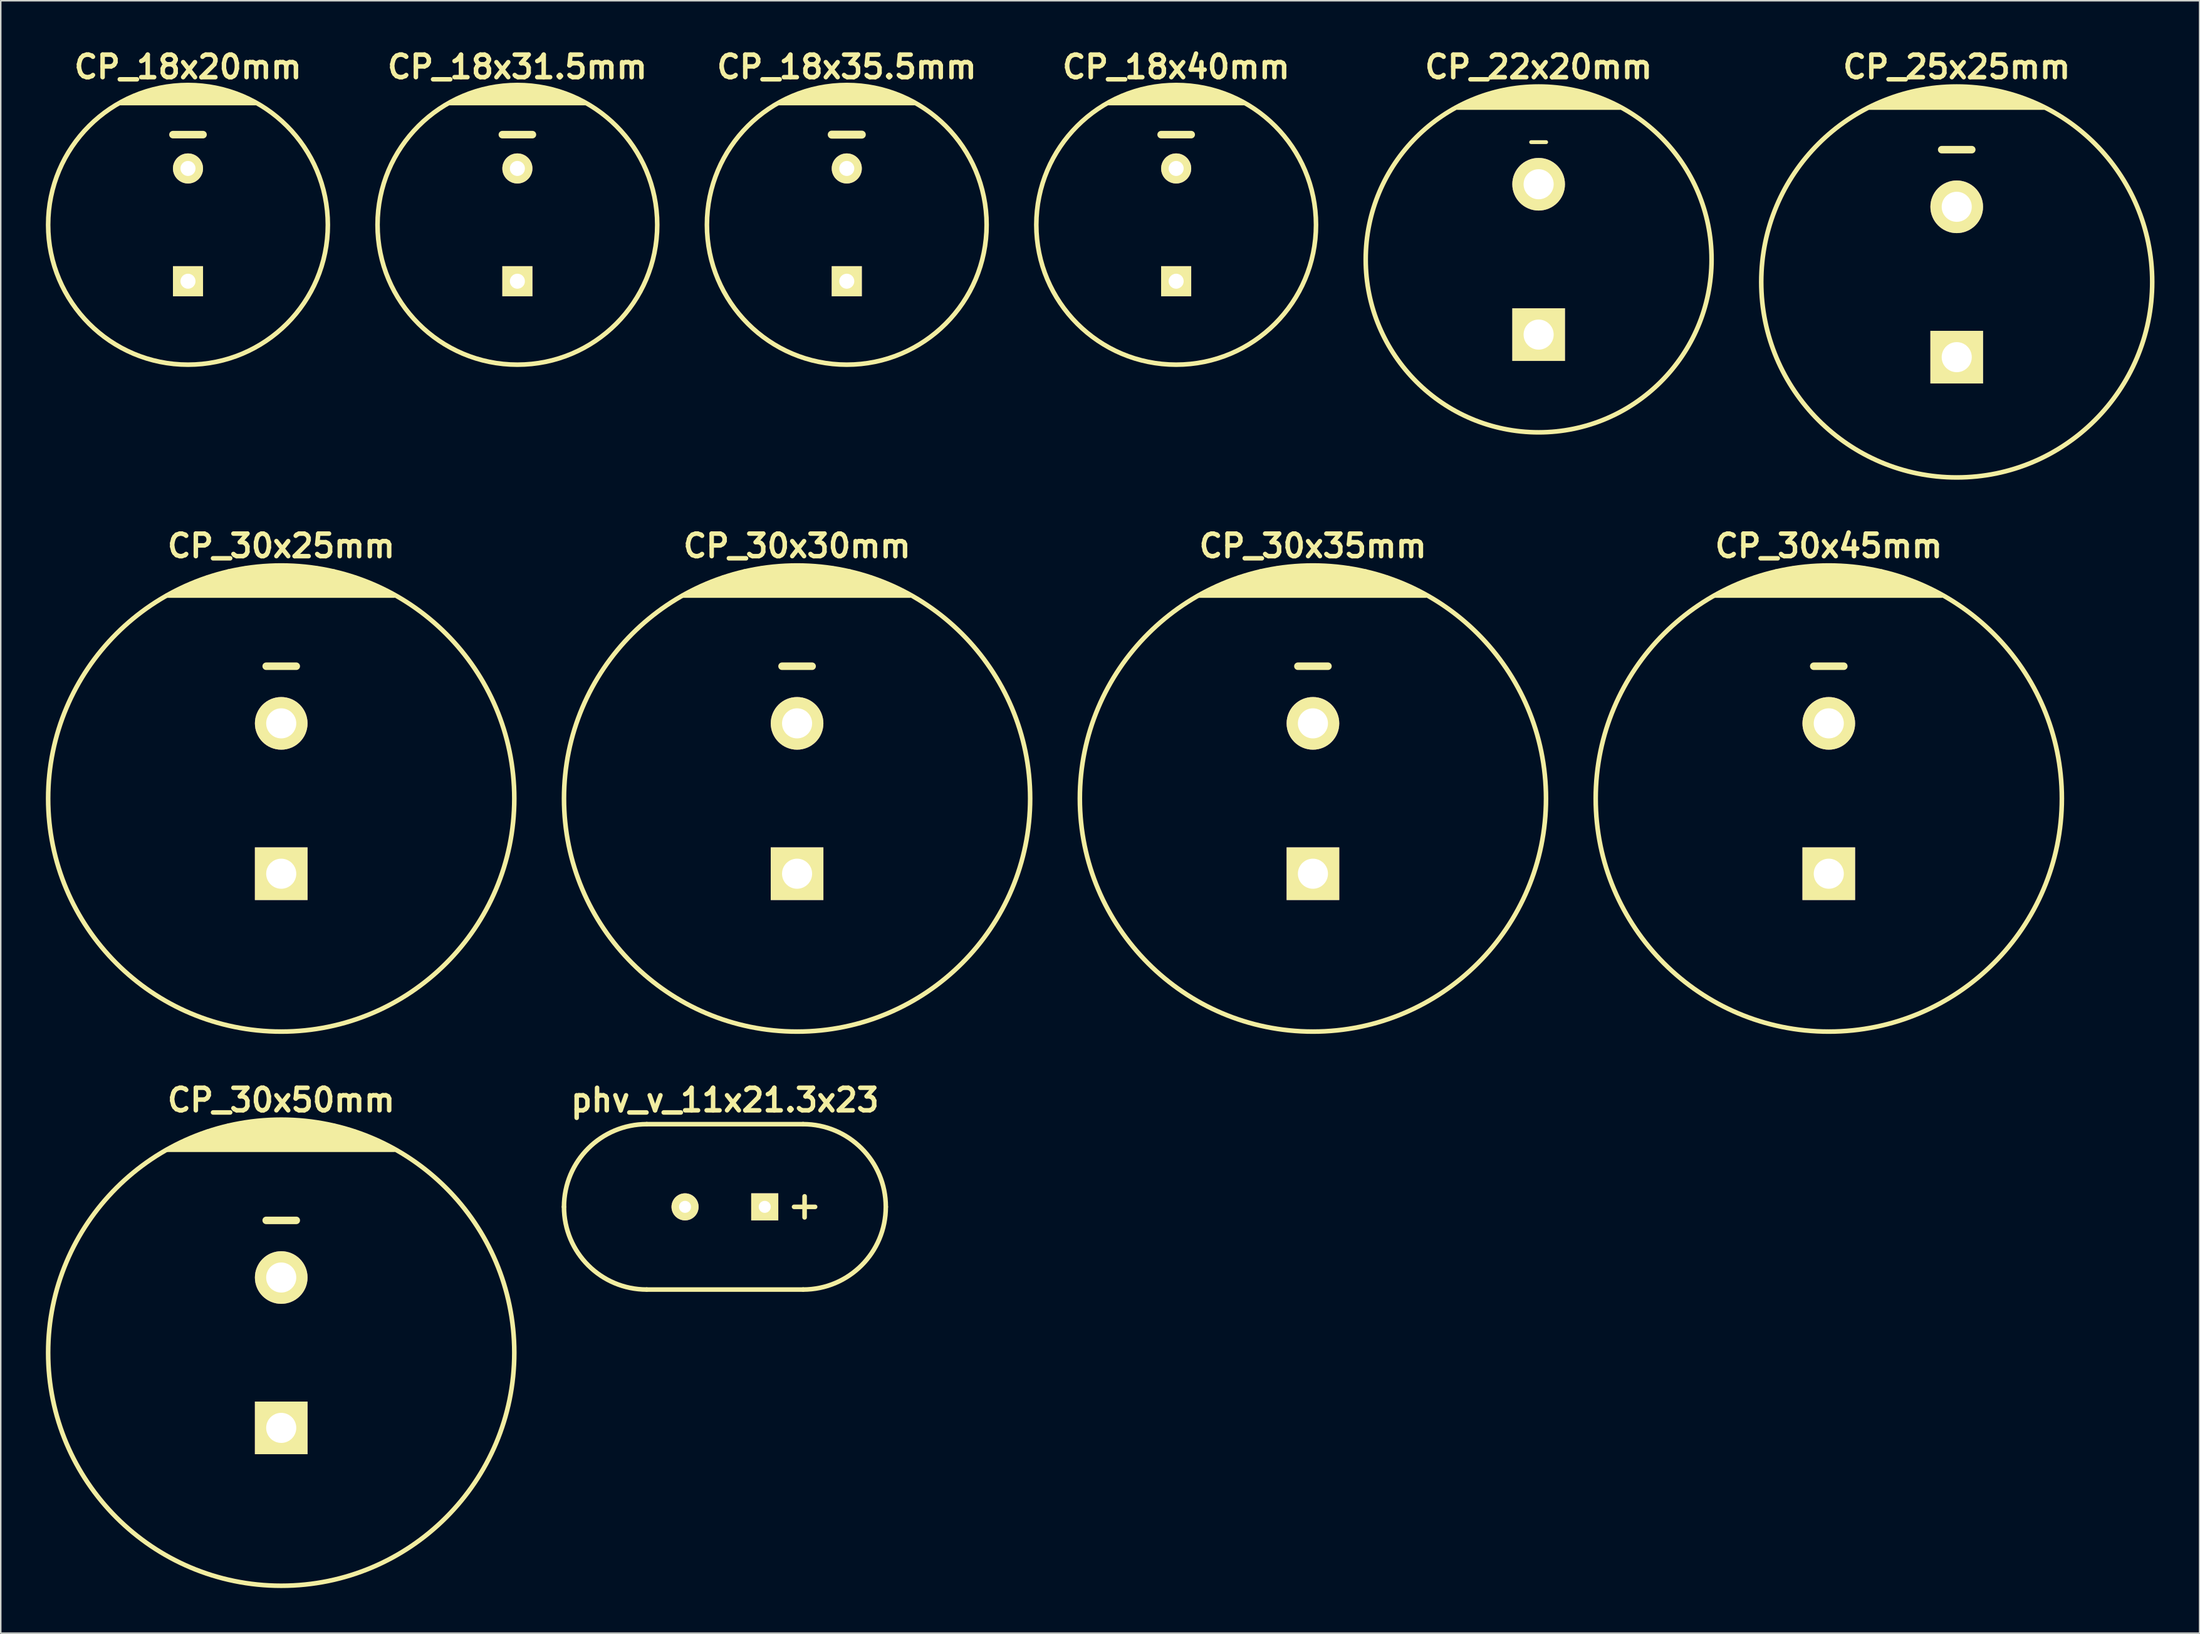
<source format=kicad_pcb>
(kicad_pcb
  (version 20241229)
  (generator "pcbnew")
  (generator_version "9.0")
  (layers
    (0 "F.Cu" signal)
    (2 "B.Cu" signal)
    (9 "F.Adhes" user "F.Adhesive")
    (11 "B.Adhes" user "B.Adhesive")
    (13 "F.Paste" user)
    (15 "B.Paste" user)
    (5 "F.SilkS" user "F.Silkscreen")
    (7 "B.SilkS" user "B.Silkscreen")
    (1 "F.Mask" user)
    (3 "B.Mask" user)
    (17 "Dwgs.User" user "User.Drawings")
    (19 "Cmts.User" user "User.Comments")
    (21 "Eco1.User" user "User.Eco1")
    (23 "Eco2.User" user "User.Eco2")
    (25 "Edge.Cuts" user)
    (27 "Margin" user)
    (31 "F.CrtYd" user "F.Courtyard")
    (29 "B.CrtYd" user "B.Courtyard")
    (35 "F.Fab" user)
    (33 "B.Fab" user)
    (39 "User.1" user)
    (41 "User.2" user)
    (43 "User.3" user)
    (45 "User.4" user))
  (footprint "CP_18x31.5mm"
    (layer "F.Cu")
    (at 31.357 11.904)
    (property "Reference" "CP_18x31.5mm" (at 0 -10.5 0) (layer "F.SilkS") (effects (font (size 1.5 1.5) (thickness 0.3))))
    (attr through_hole)
    (fp_line (start -4.5 -8.1) (end 4.5 -8.1) (stroke (width 0.305) (type solid)) (layer "F.SilkS"))
    (fp_line (start -4.1 -8.3) (end 4.1 -8.3) (stroke (width 0.305) (type solid)) (layer "F.SilkS"))
    (fp_line (start -3.2 -8.7) (end 3.2 -8.7) (stroke (width 0.305) (type solid)) (layer "F.SilkS"))
    (fp_line (start -1.8 -9.1) (end 1.8 -9.1) (stroke (width 0.305) (type solid)) (layer "F.SilkS"))
    (fp_line (start -1 -6) (end 1 -6) (stroke (width 0.5) (type solid)) (layer "F.SilkS"))
    (fp_line (start 2.6 -8.9) (end -2.6 -8.9) (stroke (width 0.305) (type solid)) (layer "F.SilkS"))
    (fp_line (start 3.7 -8.5) (end -3.7 -8.5) (stroke (width 0.305) (type solid)) (layer "F.SilkS"))
    (fp_circle (center 0 0) (end -9.3 0) (stroke (width 0.305) (type solid)) (fill no) (layer "F.SilkS"))
    (pad "1" thru_hole rect (at 0 3.75) (size 2 2) (drill 1) (layers "*.Cu" "*.Mask" "F.SilkS"))
    (pad "2" thru_hole circle (at 0 -3.75) (size 2 2) (drill 1) (layers "*.Cu" "*.Mask" "F.SilkS")))
  (footprint "CP_30x30mm"
    (layer "F.Cu")
    (at 49.957 50.06)
    (property "Reference" "CP_30x30mm" (at 0 -16.8 0) (layer "F.SilkS") (effects (font (size 1.5 1.5) (thickness 0.3))))
    (attr through_hole)
    (fp_line (start -7.6 -13.5) (end 7.5 -13.5) (stroke (width 0.305) (type solid)) (layer "F.SilkS"))
    (fp_line (start -6.8 -13.9) (end 6.8 -13.9) (stroke (width 0.305) (type solid)) (layer "F.SilkS"))
    (fp_line (start -6.4 -14.1) (end 6.4 -14.1) (stroke (width 0.305) (type solid)) (layer "F.SilkS"))
    (fp_line (start -5.4 -14.5) (end 5.4 -14.5) (stroke (width 0.305) (type solid)) (layer "F.SilkS"))
    (fp_line (start -4.9 -14.7) (end 4.9 -14.7) (stroke (width 0.305) (type solid)) (layer "F.SilkS"))
    (fp_line (start -4.2 -14.9) (end 4.2 -14.9) (stroke (width 0.305) (type solid)) (layer "F.SilkS"))
    (fp_line (start -3.5 -15.1) (end 3.5 -15.1) (stroke (width 0.305) (type solid)) (layer "F.SilkS"))
    (fp_line (start -2.4 -15.3) (end 2.4 -15.3) (stroke (width 0.305) (type solid)) (layer "F.SilkS"))
    (fp_line (start -1 -8.8) (end 1 -8.8) (stroke (width 0.5) (type solid)) (layer "F.SilkS"))
    (fp_line (start 5.9 -14.3) (end -5.9 -14.3) (stroke (width 0.305) (type solid)) (layer "F.SilkS"))
    (fp_line (start 7.2 -13.7) (end -7.2 -13.7) (stroke (width 0.305) (type solid)) (layer "F.SilkS"))
    (fp_circle (center 0 0) (end -15.5 0) (stroke (width 0.305) (type solid)) (fill no) (layer "F.SilkS"))
    (pad "1" thru_hole rect (at 0 5) (size 3.5 3.5) (drill 2) (layers "*.Cu" "*.Mask" "F.SilkS"))
    (pad "2" thru_hole circle (at 0 -5) (size 3.5 3.5) (drill 2) (layers "*.Cu" "*.Mask" "F.SilkS")))
  (footprint "CP_25x25mm"
    (layer "F.Cu")
    (at 127.076 15.704)
    (property "Reference" "CP_25x25mm" (at 0 -14.3 0) (layer "F.SilkS") (effects (font (size 1.5 1.5) (thickness 0.3))))
    (attr through_hole)
    (fp_line (start -5.8 -11.6) (end 5.8 -11.6) (stroke (width 0.305) (type solid)) (layer "F.SilkS"))
    (fp_line (start -4.9 -12) (end 4.9 -12) (stroke (width 0.305) (type solid)) (layer "F.SilkS"))
    (fp_line (start -3.8 -12.4) (end 3.8 -12.4) (stroke (width 0.305) (type solid)) (layer "F.SilkS"))
    (fp_line (start -2.2 -12.8) (end 2.1 -12.8) (stroke (width 0.305) (type solid)) (layer "F.SilkS"))
    (fp_line (start -1 -8.8) (end 1 -8.8) (stroke (width 0.5) (type solid)) (layer "F.SilkS"))
    (fp_line (start 3 -12.6) (end -3.1 -12.6) (stroke (width 0.305) (type solid)) (layer "F.SilkS"))
    (fp_line (start 4.4 -12.2) (end -4.4 -12.2) (stroke (width 0.305) (type solid)) (layer "F.SilkS"))
    (fp_line (start 5.4 -11.8) (end -5.3 -11.8) (stroke (width 0.305) (type solid)) (layer "F.SilkS"))
    (fp_circle (center 0 0) (end -13 0) (stroke (width 0.305) (type solid)) (fill no) (layer "F.SilkS"))
    (pad "1" thru_hole rect (at 0 5) (size 3.5 3.5) (drill 2) (layers "*.Cu" "*.Mask" "F.SilkS"))
    (pad "2" thru_hole circle (at 0 -5) (size 3.5 3.5) (drill 2) (layers "*.Cu" "*.Mask" "F.SilkS")))
  (footprint "CP_18x40mm"
    (layer "F.Cu")
    (at 75.167 11.904)
    (property "Reference" "CP_18x40mm" (at 0 -10.5 0) (layer "F.SilkS") (effects (font (size 1.5 1.5) (thickness 0.3))))
    (attr through_hole)
    (fp_line (start -4.5 -8.1) (end 4.5 -8.1) (stroke (width 0.305) (type solid)) (layer "F.SilkS"))
    (fp_line (start -4.1 -8.3) (end 4.1 -8.3) (stroke (width 0.305) (type solid)) (layer "F.SilkS"))
    (fp_line (start -3.2 -8.7) (end 3.2 -8.7) (stroke (width 0.305) (type solid)) (layer "F.SilkS"))
    (fp_line (start -1.8 -9.1) (end 1.8 -9.1) (stroke (width 0.305) (type solid)) (layer "F.SilkS"))
    (fp_line (start -1 -6) (end 1 -6) (stroke (width 0.5) (type solid)) (layer "F.SilkS"))
    (fp_line (start 2.6 -8.9) (end -2.6 -8.9) (stroke (width 0.305) (type solid)) (layer "F.SilkS"))
    (fp_line (start 3.7 -8.5) (end -3.7 -8.5) (stroke (width 0.305) (type solid)) (layer "F.SilkS"))
    (fp_circle (center 0 0) (end -9.3 0) (stroke (width 0.305) (type solid)) (fill no) (layer "F.SilkS"))
    (pad "1" thru_hole rect (at 0 3.75) (size 2 2) (drill 1) (layers "*.Cu" "*.Mask" "F.SilkS"))
    (pad "2" thru_hole circle (at 0 -3.75) (size 2 2) (drill 1) (layers "*.Cu" "*.Mask" "F.SilkS")))
  (footprint "CP_18x35.5mm"
    (layer "F.Cu")
    (at 53.262 11.904)
    (property "Reference" "CP_18x35.5mm" (at 0 -10.5 0) (layer "F.SilkS") (effects (font (size 1.5 1.5) (thickness 0.3))))
    (attr through_hole)
    (fp_line (start -4.5 -8.1) (end 4.5 -8.1) (stroke (width 0.305) (type solid)) (layer "F.SilkS"))
    (fp_line (start -4.1 -8.3) (end 4.1 -8.3) (stroke (width 0.305) (type solid)) (layer "F.SilkS"))
    (fp_line (start -3.2 -8.7) (end 3.2 -8.7) (stroke (width 0.305) (type solid)) (layer "F.SilkS"))
    (fp_line (start -1.8 -9.1) (end 1.8 -9.1) (stroke (width 0.305) (type solid)) (layer "F.SilkS"))
    (fp_line (start -1 -6) (end 1 -6) (stroke (width 0.53) (type solid)) (layer "F.SilkS"))
    (fp_line (start 2.6 -8.9) (end -2.6 -8.9) (stroke (width 0.305) (type solid)) (layer "F.SilkS"))
    (fp_line (start 3.7 -8.5) (end -3.7 -8.5) (stroke (width 0.305) (type solid)) (layer "F.SilkS"))
    (fp_circle (center 0 0) (end -9.3 0) (stroke (width 0.305) (type solid)) (fill no) (layer "F.SilkS"))
    (pad "1" thru_hole rect (at 0 3.75) (size 2 2) (drill 1) (layers "*.Cu" "*.Mask" "F.SilkS"))
    (pad "2" thru_hole circle (at 0 -3.75) (size 2 2) (drill 1) (layers "*.Cu" "*.Mask" "F.SilkS")))
  (footprint "phv_v_11x21.3x23"
    (layer "F.Cu")
    (at 45.157 77.217)
    (property "Reference" "phv_v_11x21.3x23" (at 0 -7.1 0) (layer "F.SilkS") (effects (font (size 1.5 1.5) (thickness 0.3))))
    (attr through_hole)
    (fp_line (start -5.2 -5.5) (end 5.2 -5.5) (stroke (width 0.305) (type solid)) (layer "F.SilkS"))
    (fp_line (start 4.6 0) (end 6 0) (stroke (width 0.305) (type solid)) (layer "F.SilkS"))
    (fp_line (start 5.2 5.5) (end -5.2 5.5) (stroke (width 0.305) (type solid)) (layer "F.SilkS"))
    (fp_line (start 5.3 0.7) (end 5.3 -0.7) (stroke (width 0.305) (type solid)) (layer "F.SilkS"))
    (fp_arc (start -10.7 0) (mid -9.089087 -3.889087) (end -5.2 -5.5) (stroke (width 0.3048) (type solid)) (layer "F.SilkS"))
    (fp_arc (start -5.2 5.5) (mid -9.089087 3.889087) (end -10.7 0) (stroke (width 0.3048) (type solid)) (layer "F.SilkS"))
    (fp_arc (start 5.2 -5.5) (mid 9.089087 -3.889087) (end 10.7 0) (stroke (width 0.3048) (type solid)) (layer "F.SilkS"))
    (fp_arc (start 10.7 0) (mid 9.089087 3.889087) (end 5.2 5.5) (stroke (width 0.3048) (type solid)) (layer "F.SilkS"))
    (pad "1" thru_hole rect (at 2.65 0) (size 1.8 1.8) (drill 0.8) (layers "*.Cu" "*.Mask" "F.SilkS"))
    (pad "2" thru_hole circle (at -2.65 0) (size 1.8 1.8) (drill 0.8) (layers "*.Cu" "*.Mask" "F.SilkS")))
  (footprint "CP_30x45mm"
    (layer "F.Cu")
    (at 118.567 50.06)
    (property "Reference" "CP_30x45mm" (at 0 -16.8 0) (layer "F.SilkS") (effects (font (size 1.5 1.5) (thickness 0.3))))
    (attr through_hole)
    (fp_line (start -7.6 -13.5) (end 7.5 -13.5) (stroke (width 0.305) (type solid)) (layer "F.SilkS"))
    (fp_line (start -6.8 -13.9) (end 6.8 -13.9) (stroke (width 0.305) (type solid)) (layer "F.SilkS"))
    (fp_line (start -6.4 -14.1) (end 6.4 -14.1) (stroke (width 0.305) (type solid)) (layer "F.SilkS"))
    (fp_line (start -5.4 -14.5) (end 5.4 -14.5) (stroke (width 0.305) (type solid)) (layer "F.SilkS"))
    (fp_line (start -4.9 -14.7) (end 4.9 -14.7) (stroke (width 0.305) (type solid)) (layer "F.SilkS"))
    (fp_line (start -4.2 -14.9) (end 4.2 -14.9) (stroke (width 0.305) (type solid)) (layer "F.SilkS"))
    (fp_line (start -3.5 -15.1) (end 3.5 -15.1) (stroke (width 0.305) (type solid)) (layer "F.SilkS"))
    (fp_line (start -2.4 -15.3) (end 2.4 -15.3) (stroke (width 0.305) (type solid)) (layer "F.SilkS"))
    (fp_line (start -1 -8.8) (end 1 -8.8) (stroke (width 0.5) (type solid)) (layer "F.SilkS"))
    (fp_line (start 5.9 -14.3) (end -5.9 -14.3) (stroke (width 0.305) (type solid)) (layer "F.SilkS"))
    (fp_line (start 7.2 -13.7) (end -7.2 -13.7) (stroke (width 0.305) (type solid)) (layer "F.SilkS"))
    (fp_circle (center 0 0) (end -15.5 0) (stroke (width 0.305) (type solid)) (fill no) (layer "F.SilkS"))
    (pad "1" thru_hole rect (at 0 5) (size 3.5 3.5) (drill 2) (layers "*.Cu" "*.Mask" "F.SilkS"))
    (pad "2" thru_hole circle (at 0 -5) (size 3.5 3.5) (drill 2) (layers "*.Cu" "*.Mask" "F.SilkS")))
  (footprint "CP_18x20mm"
    (layer "F.Cu")
    (at 9.452 11.904)
    (property "Reference" "CP_18x20mm" (at 0 -10.5 0) (layer "F.SilkS") (effects (font (size 1.5 1.5) (thickness 0.3))))
    (attr through_hole)
    (fp_line (start -4.5 -8.1) (end 4.5 -8.1) (stroke (width 0.305) (type solid)) (layer "F.SilkS"))
    (fp_line (start -4.1 -8.3) (end 4.1 -8.3) (stroke (width 0.305) (type solid)) (layer "F.SilkS"))
    (fp_line (start -3.2 -8.7) (end 3.2 -8.7) (stroke (width 0.305) (type solid)) (layer "F.SilkS"))
    (fp_line (start -1.8 -9.1) (end 1.8 -9.1) (stroke (width 0.305) (type solid)) (layer "F.SilkS"))
    (fp_line (start -1 -6) (end 1 -6) (stroke (width 0.5) (type solid)) (layer "F.SilkS"))
    (fp_line (start 2.6 -8.9) (end -2.6 -8.9) (stroke (width 0.305) (type solid)) (layer "F.SilkS"))
    (fp_line (start 3.7 -8.5) (end -3.7 -8.5) (stroke (width 0.305) (type solid)) (layer "F.SilkS"))
    (fp_circle (center 0 0) (end -9.3 0) (stroke (width 0.305) (type solid)) (fill no) (layer "F.SilkS"))
    (pad "1" thru_hole rect (at 0 3.75) (size 2 2) (drill 1) (layers "*.Cu" "*.Mask" "F.SilkS"))
    (pad "2" thru_hole circle (at 0 -3.75) (size 2 2) (drill 1) (layers "*.Cu" "*.Mask" "F.SilkS")))
  (footprint "CP_30x35mm"
    (layer "F.Cu")
    (at 84.262 50.06)
    (property "Reference" "CP_30x35mm" (at 0 -16.8 0) (layer "F.SilkS") (effects (font (size 1.5 1.5) (thickness 0.3))))
    (attr through_hole)
    (fp_line (start -7.6 -13.5) (end 7.5 -13.5) (stroke (width 0.305) (type solid)) (layer "F.SilkS"))
    (fp_line (start -6.8 -13.9) (end 6.8 -13.9) (stroke (width 0.305) (type solid)) (layer "F.SilkS"))
    (fp_line (start -6.4 -14.1) (end 6.4 -14.1) (stroke (width 0.305) (type solid)) (layer "F.SilkS"))
    (fp_line (start -5.4 -14.5) (end 5.4 -14.5) (stroke (width 0.305) (type solid)) (layer "F.SilkS"))
    (fp_line (start -4.9 -14.7) (end 4.9 -14.7) (stroke (width 0.305) (type solid)) (layer "F.SilkS"))
    (fp_line (start -4.2 -14.9) (end 4.2 -14.9) (stroke (width 0.305) (type solid)) (layer "F.SilkS"))
    (fp_line (start -3.5 -15.1) (end 3.5 -15.1) (stroke (width 0.305) (type solid)) (layer "F.SilkS"))
    (fp_line (start -2.4 -15.3) (end 2.4 -15.3) (stroke (width 0.305) (type solid)) (layer "F.SilkS"))
    (fp_line (start -1 -8.8) (end 1 -8.8) (stroke (width 0.5) (type solid)) (layer "F.SilkS"))
    (fp_line (start 5.9 -14.3) (end -5.9 -14.3) (stroke (width 0.305) (type solid)) (layer "F.SilkS"))
    (fp_line (start 7.2 -13.7) (end -7.2 -13.7) (stroke (width 0.305) (type solid)) (layer "F.SilkS"))
    (fp_circle (center 0 0) (end -15.5 0) (stroke (width 0.305) (type solid)) (fill no) (layer "F.SilkS"))
    (pad "1" thru_hole rect (at 0 5) (size 3.5 3.5) (drill 2) (layers "*.Cu" "*.Mask" "F.SilkS"))
    (pad "2" thru_hole circle (at 0 -5) (size 3.5 3.5) (drill 2) (layers "*.Cu" "*.Mask" "F.SilkS")))
  (footprint "CP_30x25mm"
    (layer "F.Cu")
    (at 15.652 50.06)
    (property "Reference" "CP_30x25mm" (at 0 -16.8 0) (layer "F.SilkS") (effects (font (size 1.5 1.5) (thickness 0.3))))
    (attr through_hole)
    (fp_line (start -7.6 -13.5) (end 7.5 -13.5) (stroke (width 0.305) (type solid)) (layer "F.SilkS"))
    (fp_line (start -6.8 -13.9) (end 6.8 -13.9) (stroke (width 0.305) (type solid)) (layer "F.SilkS"))
    (fp_line (start -6.4 -14.1) (end 6.4 -14.1) (stroke (width 0.305) (type solid)) (layer "F.SilkS"))
    (fp_line (start -5.4 -14.5) (end 5.4 -14.5) (stroke (width 0.305) (type solid)) (layer "F.SilkS"))
    (fp_line (start -4.9 -14.7) (end 4.9 -14.7) (stroke (width 0.305) (type solid)) (layer "F.SilkS"))
    (fp_line (start -4.2 -14.9) (end 4.2 -14.9) (stroke (width 0.305) (type solid)) (layer "F.SilkS"))
    (fp_line (start -3.5 -15.1) (end 3.5 -15.1) (stroke (width 0.305) (type solid)) (layer "F.SilkS"))
    (fp_line (start -2.4 -15.3) (end 2.4 -15.3) (stroke (width 0.305) (type solid)) (layer "F.SilkS"))
    (fp_line (start -1 -8.8) (end 1 -8.8) (stroke (width 0.5) (type solid)) (layer "F.SilkS"))
    (fp_line (start 5.9 -14.3) (end -5.9 -14.3) (stroke (width 0.305) (type solid)) (layer "F.SilkS"))
    (fp_line (start 7.2 -13.7) (end -7.2 -13.7) (stroke (width 0.305) (type solid)) (layer "F.SilkS"))
    (fp_circle (center 0 0) (end -15.5 0) (stroke (width 0.305) (type solid)) (fill no) (layer "F.SilkS"))
    (pad "1" thru_hole rect (at 0 5) (size 3.5 3.5) (drill 2) (layers "*.Cu" "*.Mask" "F.SilkS"))
    (pad "2" thru_hole circle (at 0 -5) (size 3.5 3.5) (drill 2) (layers "*.Cu" "*.Mask" "F.SilkS")))
  (footprint "CP_30x50mm"
    (layer "F.Cu")
    (at 15.652 86.917)
    (property "Reference" "CP_30x50mm" (at 0 -16.8 0) (layer "F.SilkS") (effects (font (size 1.5 1.5) (thickness 0.3))))
    (attr through_hole)
    (fp_line (start -7.6 -13.5) (end 7.5 -13.5) (stroke (width 0.305) (type solid)) (layer "F.SilkS"))
    (fp_line (start -6.8 -13.9) (end 6.8 -13.9) (stroke (width 0.305) (type solid)) (layer "F.SilkS"))
    (fp_line (start -6.4 -14.1) (end 6.4 -14.1) (stroke (width 0.305) (type solid)) (layer "F.SilkS"))
    (fp_line (start -5.4 -14.5) (end 5.4 -14.5) (stroke (width 0.305) (type solid)) (layer "F.SilkS"))
    (fp_line (start -4.9 -14.7) (end 4.9 -14.7) (stroke (width 0.305) (type solid)) (layer "F.SilkS"))
    (fp_line (start -4.2 -14.9) (end 4.2 -14.9) (stroke (width 0.305) (type solid)) (layer "F.SilkS"))
    (fp_line (start -3.5 -15.1) (end 3.5 -15.1) (stroke (width 0.305) (type solid)) (layer "F.SilkS"))
    (fp_line (start -2.4 -15.3) (end 2.4 -15.3) (stroke (width 0.305) (type solid)) (layer "F.SilkS"))
    (fp_line (start -1 -8.8) (end 1 -8.8) (stroke (width 0.5) (type solid)) (layer "F.SilkS"))
    (fp_line (start 5.9 -14.3) (end -5.9 -14.3) (stroke (width 0.305) (type solid)) (layer "F.SilkS"))
    (fp_line (start 7.2 -13.7) (end -7.2 -13.7) (stroke (width 0.305) (type solid)) (layer "F.SilkS"))
    (fp_circle (center 0 0) (end -15.5 0) (stroke (width 0.305) (type solid)) (fill no) (layer "F.SilkS"))
    (pad "1" thru_hole rect (at 0 5) (size 3.5 3.5) (drill 2) (layers "*.Cu" "*.Mask" "F.SilkS"))
    (pad "2" thru_hole circle (at 0 -5) (size 3.5 3.5) (drill 2) (layers "*.Cu" "*.Mask" "F.SilkS")))
  (footprint "CP_22x20mm"
    (layer "F.Cu")
    (at 99.272 14.204)
    (property "Reference" "CP_22x20mm" (at 0 -12.8 0) (layer "F.SilkS") (effects (font (size 1.5 1.5) (thickness 0.3))))
    (attr through_hole)
    (fp_line (start -5.4 -10.1) (end 5.4 -10.1) (stroke (width 0.305) (type solid)) (layer "F.SilkS"))
    (fp_line (start -4.5 -10.5) (end 4.5 -10.5) (stroke (width 0.305) (type solid)) (layer "F.SilkS"))
    (fp_line (start -3.5 -10.9) (end 3.5 -10.9) (stroke (width 0.305) (type solid)) (layer "F.SilkS"))
    (fp_line (start -2.9 -11.1) (end 2.9 -11.1) (stroke (width 0.305) (type solid)) (layer "F.SilkS"))
    (fp_line (start -2 -11.3) (end 2 -11.3) (stroke (width 0.305) (type solid)) (layer "F.SilkS"))
    (fp_line (start -0.5 -7.8) (end 0.5 -7.8) (stroke (width 0.254) (type solid)) (layer "F.SilkS"))
    (fp_line (start 4.1 -10.7) (end -4.1 -10.7) (stroke (width 0.305) (type solid)) (layer "F.SilkS"))
    (fp_line (start 5 -10.3) (end -5 -10.3) (stroke (width 0.305) (type solid)) (layer "F.SilkS"))
    (fp_circle (center 0 0) (end -11.5 0) (stroke (width 0.305) (type solid)) (fill no) (layer "F.SilkS"))
    (pad "1" thru_hole rect (at 0 5) (size 3.5 3.5) (drill 2) (layers "*.Cu" "*.Mask" "F.SilkS"))
    (pad "2" thru_hole circle (at 0 -5) (size 3.5 3.5) (drill 2) (layers "*.Cu" "*.Mask" "F.SilkS")))
  (gr_rect
    (start -3 -3)
    (end 143.229 105.569)
    (stroke (width 0.1) (type default))
    (fill no)
    (layer "Edge.Cuts")))
</source>
